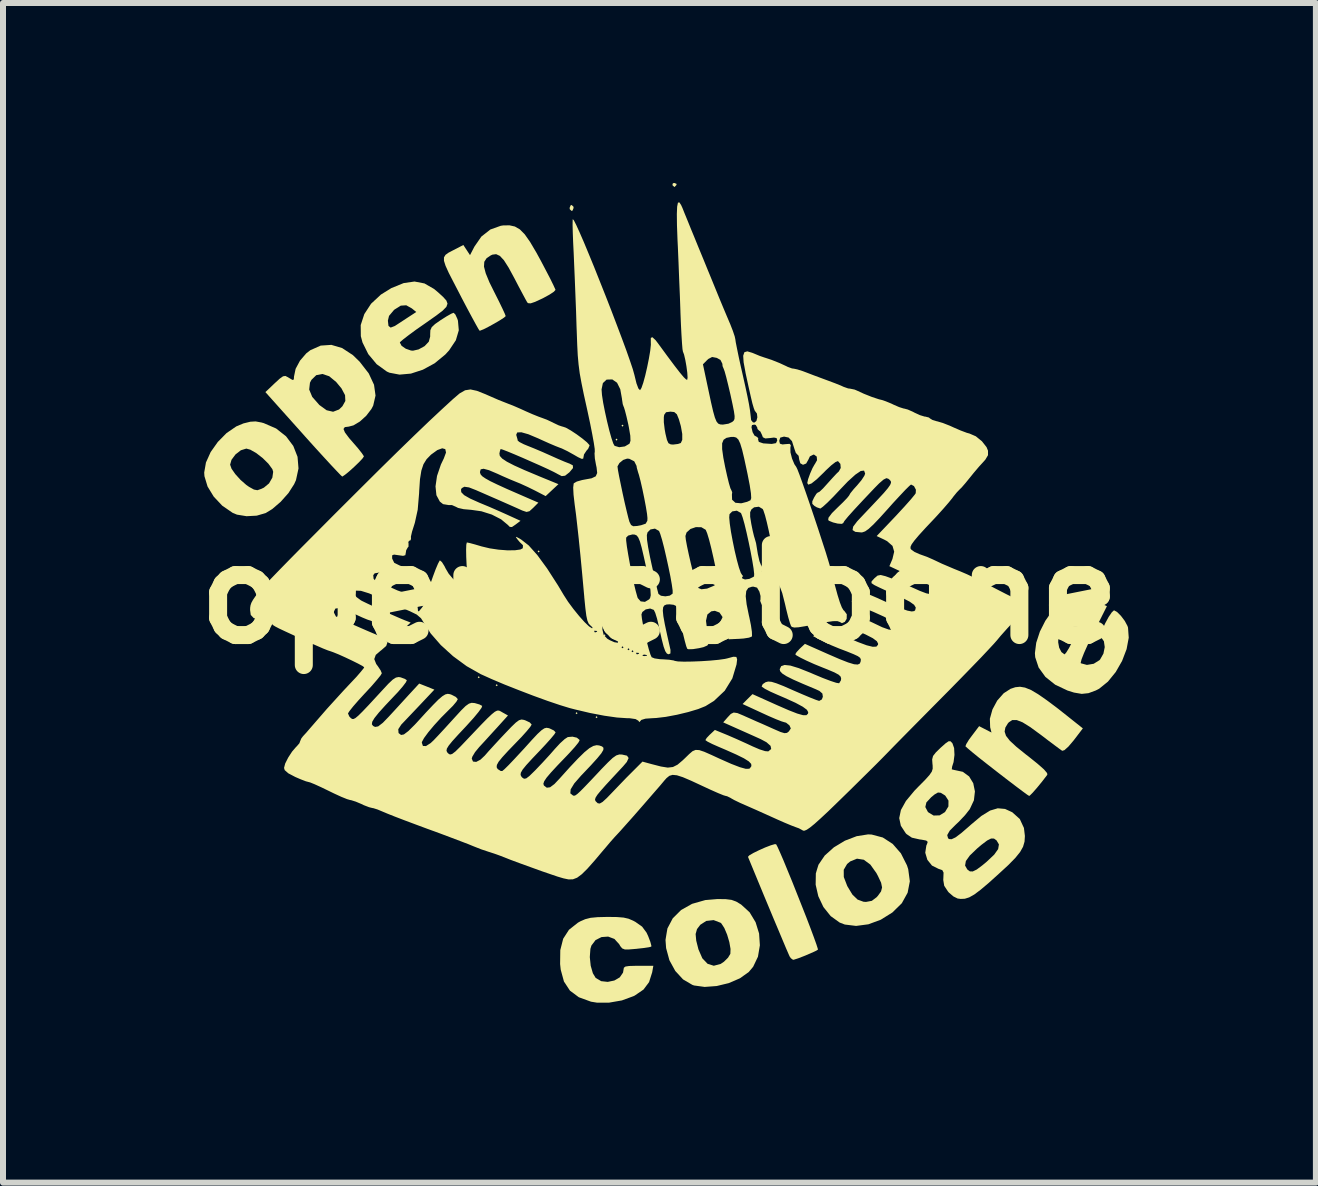
<source format=kicad_pcb>
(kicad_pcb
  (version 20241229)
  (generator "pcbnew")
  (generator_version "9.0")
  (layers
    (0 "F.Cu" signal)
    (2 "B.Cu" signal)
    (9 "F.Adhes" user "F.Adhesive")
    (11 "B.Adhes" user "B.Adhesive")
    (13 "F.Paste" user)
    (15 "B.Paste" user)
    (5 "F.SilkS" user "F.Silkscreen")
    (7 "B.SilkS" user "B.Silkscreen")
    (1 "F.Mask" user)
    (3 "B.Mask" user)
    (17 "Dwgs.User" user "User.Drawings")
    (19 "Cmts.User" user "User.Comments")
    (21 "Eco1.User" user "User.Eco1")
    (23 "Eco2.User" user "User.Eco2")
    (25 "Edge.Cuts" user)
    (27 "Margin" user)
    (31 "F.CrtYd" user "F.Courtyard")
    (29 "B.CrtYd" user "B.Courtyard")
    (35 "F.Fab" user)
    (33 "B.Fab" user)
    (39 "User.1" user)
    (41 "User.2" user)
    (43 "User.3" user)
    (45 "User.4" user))
  (footprint "open_cologne"
    (layer "F.Cu")
    (at 7.943 6.858)
    (property "Reference" "open_cologne" (at 0 0 0) (layer "F.SilkS") (effects (font (size 1.5 1.5) (thickness 0.3))))
    (attr board_only exclude_from_pos_files exclude_from_bom)
    (fp_poly (pts (xy -4.128 -0.05) (xy -4.145 -0.033) (xy -4.161 -0.05) (xy -4.145 -0.067)) (stroke (width 0) (type solid)) (fill yes) (layer "F.SilkS"))
    (fp_poly (pts (xy -2.996 1.382) (xy -3.013 1.398) (xy -3.029 1.382) (xy -3.013 1.365)) (stroke (width 0) (type solid)) (fill yes) (layer "F.SilkS"))
    (fp_poly (pts (xy -2.696 1.515) (xy -2.713 1.531) (xy -2.73 1.515) (xy -2.713 1.498)) (stroke (width 0) (type solid)) (fill yes) (layer "F.SilkS"))
    (fp_poly (pts (xy -1.997 -0.716) (xy -2.014 -0.699) (xy -2.031 -0.716) (xy -2.014 -0.732)) (stroke (width 0) (type solid)) (fill yes) (layer "F.SilkS"))
    (fp_poly (pts (xy -1.365 1.981) (xy -1.382 1.997) (xy -1.398 1.981) (xy -1.382 1.964)) (stroke (width 0) (type solid)) (fill yes) (layer "F.SilkS"))
    (fp_poly (pts (xy -1.032 2.047) (xy -1.049 2.064) (xy -1.065 2.047) (xy -1.049 2.031)) (stroke (width 0) (type solid)) (fill yes) (layer "F.SilkS"))
    (fp_poly (pts (xy -0.899 0.682) (xy -0.915 0.699) (xy -0.932 0.682) (xy -0.915 0.666)) (stroke (width 0) (type solid)) (fill yes) (layer "F.SilkS"))
    (fp_poly (pts (xy -0.699 -2.58) (xy -0.716 -2.563) (xy -0.732 -2.58) (xy -0.716 -2.597)) (stroke (width 0) (type solid)) (fill yes) (layer "F.SilkS"))
    (fp_poly (pts (xy -0.599 -2.813) (xy -0.616 -2.796) (xy -0.633 -2.813) (xy -0.616 -2.83)) (stroke (width 0) (type solid)) (fill yes) (layer "F.SilkS"))
    (fp_poly (pts (xy 0.965 -0.216) (xy 0.949 -0.2) (xy 0.932 -0.216) (xy 0.949 -0.233)) (stroke (width 0) (type solid)) (fill yes) (layer "F.SilkS"))
    (fp_poly (pts (xy -1.435 -6.465) (xy -1.431 -6.442) (xy -1.449 -6.397) (xy -1.465 -6.392) (xy -1.494 -6.419) (xy -1.498 -6.442) (xy -1.48 -6.486) (xy -1.465 -6.491)) (stroke (width 0) (type solid)) (fill yes) (layer "F.SilkS"))
    (fp_poly (pts (xy 0.286 -6.842) (xy 0.283 -6.824) (xy 0.254 -6.793) (xy 0.25 -6.791) (xy 0.223 -6.814) (xy 0.216 -6.824) (xy 0.224 -6.853) (xy 0.25 -6.858)) (stroke (width 0) (type solid)) (fill yes) (layer "F.SilkS"))
    (fp_poly (pts (xy 1.945 4.166) (xy 1.968 4.209) (xy 2.01 4.302) (xy 2.068 4.436) (xy 2.136 4.602) (xy 2.213 4.789) (xy 2.292 4.988) (xy 2.372 5.19) (xy 2.449 5.385) (xy 2.517 5.563) (xy 2.574 5.716) (xy 2.616 5.833) (xy 2.639 5.905) (xy 2.642 5.923) (xy 2.596 5.949) (xy 2.511 5.987) (xy 2.409 6.03) (xy 2.313 6.067) (xy 2.244 6.089) (xy 2.227 6.092) (xy 2.191 6.066) (xy 2.169 6.034) (xy 2.151 5.993) (xy 2.111 5.901) (xy 2.055 5.768) (xy 1.986 5.603) (xy 1.907 5.416) (xy 1.825 5.219) (xy 1.742 5.02) (xy 1.663 4.829) (xy 1.592 4.657) (xy 1.533 4.514) (xy 1.49 4.41) (xy 1.476 4.375) (xy 1.499 4.35) (xy 1.566 4.311) (xy 1.66 4.265) (xy 1.763 4.219) (xy 1.857 4.183) (xy 1.923 4.164)) (stroke (width 0) (type solid)) (fill yes) (layer "F.SilkS"))
    (fp_poly (pts (xy 3.538 4.004) (xy 3.723 4.053) (xy 3.888 4.16) (xy 4.025 4.317) (xy 4.126 4.517) (xy 4.147 4.582) (xy 4.174 4.783) (xy 4.137 4.974) (xy 4.04 5.149) (xy 3.883 5.303) (xy 3.689 5.424) (xy 3.483 5.5) (xy 3.278 5.527) (xy 3.09 5.504) (xy 3.004 5.471) (xy 2.854 5.363) (xy 2.733 5.212) (xy 2.648 5.032) (xy 2.604 4.84) (xy 2.607 4.652) (xy 2.625 4.591) (xy 3.072 4.591) (xy 3.073 4.712) (xy 3.131 4.863) (xy 3.216 5.004) (xy 3.303 5.088) (xy 3.401 5.124) (xy 3.443 5.127) (xy 3.54 5.109) (xy 3.621 5.048) (xy 3.643 5.023) (xy 3.694 4.952) (xy 3.711 4.886) (xy 3.695 4.807) (xy 3.643 4.696) (xy 3.617 4.647) (xy 3.516 4.505) (xy 3.407 4.424) (xy 3.293 4.406) (xy 3.18 4.452) (xy 3.128 4.495) (xy 3.072 4.591) (xy 2.625 4.591) (xy 2.651 4.507) (xy 2.755 4.354) (xy 2.908 4.217) (xy 3.092 4.106) (xy 3.288 4.031) (xy 3.479 4.001)) (stroke (width 0) (type solid)) (fill yes) (layer "F.SilkS"))
    (fp_poly (pts (xy 1.106 5.081) (xy 1.202 5.093) (xy 1.279 5.121) (xy 1.362 5.171) (xy 1.503 5.3) (xy 1.603 5.466) (xy 1.661 5.654) (xy 1.674 5.85) (xy 1.642 6.04) (xy 1.562 6.208) (xy 1.489 6.295) (xy 1.342 6.4) (xy 1.157 6.48) (xy 0.954 6.529) (xy 0.754 6.544) (xy 0.578 6.52) (xy 0.549 6.51) (xy 0.394 6.419) (xy 0.264 6.278) (xy 0.166 6.099) (xy 0.111 5.897) (xy 0.101 5.761) (xy 0.117 5.662) (xy 0.603 5.662) (xy 0.613 5.772) (xy 0.65 5.918) (xy 0.715 6.067) (xy 0.803 6.159) (xy 0.906 6.191) (xy 1.02 6.161) (xy 1.075 6.124) (xy 1.143 6.057) (xy 1.182 5.992) (xy 1.185 5.911) (xy 1.165 5.797) (xy 1.128 5.672) (xy 1.081 5.561) (xy 1.032 5.486) (xy 1.02 5.475) (xy 0.903 5.43) (xy 0.78 5.444) (xy 0.681 5.508) (xy 0.626 5.58) (xy 0.603 5.662) (xy 0.117 5.662) (xy 0.133 5.569) (xy 0.222 5.4) (xy 0.361 5.262) (xy 0.544 5.159) (xy 0.765 5.096) (xy 0.968 5.079)) (stroke (width 0) (type solid)) (fill yes) (layer "F.SilkS"))
    (fp_poly (pts (xy -6.634 -2.865) (xy -6.595 -2.854) (xy -6.39 -2.765) (xy -6.225 -2.635) (xy -6.104 -2.474) (xy -6.033 -2.293) (xy -6.017 -2.099) (xy -6.059 -1.904) (xy -6.09 -1.836) (xy -6.185 -1.688) (xy -6.314 -1.543) (xy -6.455 -1.422) (xy -6.563 -1.356) (xy -6.713 -1.312) (xy -6.883 -1.303) (xy -7.043 -1.329) (xy -7.115 -1.359) (xy -7.288 -1.478) (xy -7.43 -1.629) (xy -7.533 -1.798) (xy -7.585 -1.97) (xy -7.589 -2.031) (xy -7.566 -2.162) (xy -7.157 -2.162) (xy -7.133 -2.094) (xy -7.07 -2.004) (xy -6.983 -1.908) (xy -6.887 -1.824) (xy -6.841 -1.792) (xy -6.76 -1.747) (xy -6.702 -1.736) (xy -6.638 -1.758) (xy -6.594 -1.779) (xy -6.508 -1.85) (xy -6.453 -1.946) (xy -6.439 -2.043) (xy -6.453 -2.088) (xy -6.519 -2.178) (xy -6.614 -2.272) (xy -6.721 -2.355) (xy -6.821 -2.412) (xy -6.887 -2.43) (xy -6.978 -2.402) (xy -7.067 -2.333) (xy -7.134 -2.243) (xy -7.157 -2.162) (xy -7.566 -2.162) (xy -7.56 -2.198) (xy -7.481 -2.373) (xy -7.362 -2.541) (xy -7.216 -2.689) (xy -7.054 -2.8) (xy -6.934 -2.85) (xy -6.819 -2.878) (xy -6.731 -2.883)) (stroke (width 0) (type solid)) (fill yes) (layer "F.SilkS"))
    (fp_poly (pts (xy 6.094 1.554) (xy 6.193 1.594) (xy 6.312 1.664) (xy 6.46 1.767) (xy 6.645 1.906) (xy 6.833 2.055) (xy 7.058 2.234) (xy 6.906 2.433) (xy 6.818 2.537) (xy 6.751 2.597) (xy 6.714 2.608) (xy 6.673 2.579) (xy 6.592 2.519) (xy 6.481 2.436) (xy 6.353 2.338) (xy 6.351 2.337) (xy 6.182 2.213) (xy 6.053 2.133) (xy 5.955 2.095) (xy 5.882 2.095) (xy 5.825 2.132) (xy 5.808 2.151) (xy 5.766 2.221) (xy 5.754 2.288) (xy 5.777 2.358) (xy 5.841 2.44) (xy 5.95 2.541) (xy 6.11 2.67) (xy 6.148 2.699) (xy 6.306 2.826) (xy 6.41 2.918) (xy 6.462 2.979) (xy 6.466 3.007) (xy 6.379 3.12) (xy 6.294 3.224) (xy 6.223 3.305) (xy 6.175 3.353) (xy 6.163 3.36) (xy 6.131 3.34) (xy 6.056 3.285) (xy 5.944 3.201) (xy 5.806 3.096) (xy 5.648 2.974) (xy 5.626 2.957) (xy 5.467 2.833) (xy 5.326 2.722) (xy 5.213 2.63) (xy 5.136 2.565) (xy 5.102 2.534) (xy 5.101 2.532) (xy 5.115 2.495) (xy 5.159 2.423) (xy 5.211 2.353) (xy 5.329 2.197) (xy 5.432 2.25) (xy 5.535 2.303) (xy 5.513 2.216) (xy 5.508 2.074) (xy 5.551 1.919) (xy 5.631 1.77) (xy 5.739 1.648) (xy 5.852 1.575) (xy 5.932 1.548) (xy 6.01 1.54)) (stroke (width 0) (type solid)) (fill yes) (layer "F.SilkS"))
    (fp_poly (pts (xy -0.709 5.379) (xy -0.598 5.388) (xy -0.515 5.407) (xy -0.438 5.44) (xy -0.401 5.46) (xy -0.289 5.539) (xy -0.215 5.639) (xy -0.187 5.7) (xy -0.152 5.792) (xy -0.135 5.856) (xy -0.136 5.872) (xy -0.173 5.882) (xy -0.259 5.895) (xy -0.376 5.908) (xy -0.383 5.909) (xy -0.505 5.919) (xy -0.578 5.919) (xy -0.621 5.902) (xy -0.652 5.865) (xy -0.671 5.832) (xy -0.751 5.744) (xy -0.855 5.705) (xy -0.966 5.713) (xy -1.065 5.763) (xy -1.134 5.854) (xy -1.151 5.909) (xy -1.161 6.047) (xy -1.146 6.191) (xy -1.11 6.316) (xy -1.063 6.394) (xy -0.971 6.448) (xy -0.862 6.46) (xy -0.752 6.437) (xy -0.661 6.384) (xy -0.607 6.305) (xy -0.599 6.258) (xy -0.593 6.224) (xy -0.566 6.204) (xy -0.505 6.195) (xy -0.394 6.192) (xy -0.35 6.192) (xy -0.102 6.192) (xy -0.121 6.3) (xy -0.173 6.464) (xy -0.266 6.588) (xy -0.412 6.688) (xy -0.433 6.698) (xy -0.626 6.769) (xy -0.839 6.806) (xy -1.043 6.806) (xy -1.141 6.79) (xy -1.344 6.716) (xy -1.492 6.606) (xy -1.592 6.454) (xy -1.646 6.256) (xy -1.656 6.163) (xy -1.653 5.93) (xy -1.605 5.741) (xy -1.508 5.591) (xy -1.359 5.473) (xy -1.32 5.451) (xy -1.238 5.415) (xy -1.148 5.392) (xy -1.031 5.381) (xy -0.867 5.377) (xy -0.866 5.377)) (stroke (width 0) (type solid)) (fill yes) (layer "F.SilkS"))
    (fp_poly (pts (xy -5.29 -4.106) (xy -5.11 -3.988) (xy -4.998 -3.879) (xy -4.846 -3.683) (xy -4.758 -3.494) (xy -4.733 -3.314) (xy -4.772 -3.146) (xy -4.802 -3.089) (xy -4.888 -2.977) (xy -4.994 -2.881) (xy -5.101 -2.817) (xy -5.181 -2.796) (xy -5.245 -2.788) (xy -5.267 -2.757) (xy -5.243 -2.699) (xy -5.173 -2.605) (xy -5.11 -2.533) (xy -5.025 -2.435) (xy -4.961 -2.354) (xy -4.929 -2.305) (xy -4.927 -2.299) (xy -4.95 -2.265) (xy -5.009 -2.202) (xy -5.087 -2.127) (xy -5.17 -2.052) (xy -5.241 -1.994) (xy -5.284 -1.965) (xy -5.288 -1.964) (xy -5.315 -1.988) (xy -5.38 -2.056) (xy -5.478 -2.16) (xy -5.603 -2.296) (xy -5.749 -2.456) (xy -5.91 -2.635) (xy -5.939 -2.668) (xy -6.569 -3.372) (xy -6.524 -3.414) (xy -5.839 -3.414) (xy -5.788 -3.292) (xy -5.672 -3.16) (xy -5.671 -3.158) (xy -5.548 -3.069) (xy -5.44 -3.044) (xy -5.341 -3.082) (xy -5.285 -3.136) (xy -5.236 -3.224) (xy -5.241 -3.321) (xy -5.301 -3.434) (xy -5.389 -3.54) (xy -5.505 -3.636) (xy -5.619 -3.674) (xy -5.721 -3.654) (xy -5.801 -3.576) (xy -5.826 -3.528) (xy -5.839 -3.414) (xy -6.524 -3.414) (xy -6.415 -3.518) (xy -6.33 -3.596) (xy -6.275 -3.635) (xy -6.235 -3.641) (xy -6.192 -3.619) (xy -6.176 -3.609) (xy -6.117 -3.574) (xy -6.095 -3.582) (xy -6.092 -3.631) (xy -6.065 -3.76) (xy -5.992 -3.896) (xy -5.888 -4.017) (xy -5.82 -4.07) (xy -5.647 -4.147) (xy -5.469 -4.159)) (stroke (width 0) (type solid)) (fill yes) (layer "F.SilkS"))
    (fp_poly (pts (xy -2.41 -6.132) (xy -2.327 -6.084) (xy -2.245 -6.001) (xy -2.156 -5.874) (xy -2.052 -5.698) (xy -1.976 -5.559) (xy -1.893 -5.401) (xy -1.821 -5.263) (xy -1.768 -5.155) (xy -1.738 -5.089) (xy -1.733 -5.075) (xy -1.76 -5.045) (xy -1.832 -4.997) (xy -1.936 -4.94) (xy -1.952 -4.932) (xy -2.073 -4.876) (xy -2.147 -4.851) (xy -2.189 -4.854) (xy -2.203 -4.866) (xy -2.229 -4.912) (xy -2.278 -5.003) (xy -2.344 -5.127) (xy -2.419 -5.271) (xy -2.515 -5.448) (xy -2.593 -5.57) (xy -2.66 -5.642) (xy -2.722 -5.671) (xy -2.785 -5.663) (xy -2.813 -5.65) (xy -2.882 -5.603) (xy -2.92 -5.544) (xy -2.925 -5.463) (xy -2.896 -5.352) (xy -2.834 -5.201) (xy -2.746 -5.024) (xy -2.675 -4.883) (xy -2.617 -4.763) (xy -2.578 -4.678) (xy -2.563 -4.638) (xy -2.563 -4.638) (xy -2.59 -4.614) (xy -2.659 -4.569) (xy -2.751 -4.515) (xy -2.849 -4.461) (xy -2.934 -4.418) (xy -2.99 -4.396) (xy -2.997 -4.394) (xy -3.017 -4.423) (xy -3.061 -4.501) (xy -3.127 -4.622) (xy -3.209 -4.775) (xy -3.302 -4.952) (xy -3.326 -4.999) (xy -3.434 -5.207) (xy -3.514 -5.363) (xy -3.566 -5.478) (xy -3.592 -5.56) (xy -3.592 -5.618) (xy -3.566 -5.66) (xy -3.516 -5.696) (xy -3.443 -5.734) (xy -3.39 -5.761) (xy -3.269 -5.824) (xy -3.213 -5.739) (xy -3.158 -5.655) (xy -3.085 -5.796) (xy -2.969 -5.964) (xy -2.819 -6.082) (xy -2.646 -6.144) (xy -2.606 -6.15) (xy -2.5 -6.152)) (stroke (width 0) (type solid)) (fill yes) (layer "F.SilkS"))
    (fp_poly (pts (xy -3.917 -5.183) (xy -3.757 -5.091) (xy -3.689 -5.034) (xy -3.605 -4.957) (xy -3.552 -4.898) (xy -3.533 -4.846) (xy -3.552 -4.793) (xy -3.613 -4.73) (xy -3.719 -4.649) (xy -3.875 -4.539) (xy -3.912 -4.513) (xy -4.057 -4.412) (xy -4.179 -4.322) (xy -4.27 -4.252) (xy -4.321 -4.208) (xy -4.328 -4.198) (xy -4.299 -4.144) (xy -4.229 -4.095) (xy -4.143 -4.065) (xy -4.109 -4.062) (xy -4.016 -4.083) (xy -3.922 -4.134) (xy -3.914 -4.139) (xy -3.845 -4.212) (xy -3.822 -4.297) (xy -3.822 -4.335) (xy -3.819 -4.403) (xy -3.796 -4.454) (xy -3.741 -4.506) (xy -3.645 -4.573) (xy -3.547 -4.635) (xy -3.469 -4.679) (xy -3.431 -4.694) (xy -3.402 -4.665) (xy -3.369 -4.593) (xy -3.359 -4.562) (xy -3.345 -4.402) (xy -3.394 -4.236) (xy -3.506 -4.068) (xy -3.571 -3.997) (xy -3.749 -3.851) (xy -3.944 -3.745) (xy -4.143 -3.68) (xy -4.333 -3.663) (xy -4.501 -3.695) (xy -4.544 -3.714) (xy -4.714 -3.837) (xy -4.854 -4.005) (xy -4.95 -4.199) (xy -4.978 -4.304) (xy -4.98 -4.489) (xy -4.956 -4.563) (xy -4.527 -4.563) (xy -4.517 -4.475) (xy -4.481 -4.447) (xy -4.413 -4.473) (xy -4.397 -4.483) (xy -4.314 -4.537) (xy -4.212 -4.604) (xy -4.183 -4.623) (xy -4.054 -4.707) (xy -4.128 -4.767) (xy -4.221 -4.819) (xy -4.312 -4.813) (xy -4.416 -4.748) (xy -4.425 -4.741) (xy -4.508 -4.642) (xy -4.527 -4.563) (xy -4.956 -4.563) (xy -4.92 -4.672) (xy -4.807 -4.845) (xy -4.644 -4.997) (xy -4.47 -5.105) (xy -4.264 -5.189) (xy -4.083 -5.215)) (stroke (width 0) (type solid)) (fill yes) (layer "F.SilkS"))
    (fp_poly (pts (xy 7.259 0.11) (xy 7.316 0.133) (xy 7.459 0.197) (xy 7.225 0.663) (xy 7.142 0.834) (xy 7.078 0.977) (xy 7.037 1.081) (xy 7.022 1.14) (xy 7.025 1.149) (xy 7.126 1.176) (xy 7.239 1.157) (xy 7.335 1.097) (xy 7.346 1.085) (xy 7.401 0.988) (xy 7.423 0.879) (xy 7.409 0.782) (xy 7.375 0.734) (xy 7.354 0.705) (xy 7.355 0.66) (xy 7.382 0.586) (xy 7.432 0.48) (xy 7.489 0.375) (xy 7.541 0.299) (xy 7.576 0.267) (xy 7.578 0.266) (xy 7.628 0.293) (xy 7.693 0.358) (xy 7.757 0.443) (xy 7.802 0.527) (xy 7.811 0.554) (xy 7.823 0.723) (xy 7.787 0.914) (xy 7.712 1.11) (xy 7.606 1.295) (xy 7.476 1.455) (xy 7.33 1.573) (xy 7.274 1.602) (xy 7.152 1.647) (xy 7.039 1.659) (xy 6.91 1.637) (xy 6.802 1.603) (xy 6.597 1.506) (xy 6.434 1.376) (xy 6.321 1.22) (xy 6.264 1.048) (xy 6.259 0.98) (xy 6.281 0.806) (xy 6.283 0.8) (xy 6.647 0.8) (xy 6.663 0.888) (xy 6.701 0.962) (xy 6.749 0.998) (xy 6.755 0.999) (xy 6.78 0.971) (xy 6.825 0.899) (xy 6.879 0.796) (xy 6.885 0.785) (xy 6.937 0.678) (xy 6.975 0.595) (xy 6.991 0.553) (xy 6.991 0.552) (xy 6.962 0.539) (xy 6.89 0.533) (xy 6.875 0.533) (xy 6.764 0.562) (xy 6.685 0.643) (xy 6.648 0.765) (xy 6.647 0.8) (xy 6.283 0.8) (xy 6.342 0.62) (xy 6.433 0.44) (xy 6.544 0.282) (xy 6.667 0.164) (xy 6.735 0.122) (xy 6.895 0.077) (xy 7.078 0.073)) (stroke (width 0) (type solid)) (fill yes) (layer "F.SilkS"))
    (fp_poly (pts (xy 4.88 2.478) (xy 4.884 2.483) (xy 4.912 2.562) (xy 4.918 2.676) (xy 4.903 2.796) (xy 4.879 2.871) (xy 4.873 2.917) (xy 4.92 2.929) (xy 4.922 2.929) (xy 5.057 2.958) (xy 5.162 3.035) (xy 5.231 3.148) (xy 5.259 3.285) (xy 5.242 3.433) (xy 5.174 3.579) (xy 5.172 3.582) (xy 5.094 3.681) (xy 4.993 3.788) (xy 4.939 3.839) (xy 4.839 3.939) (xy 4.797 4.013) (xy 4.811 4.065) (xy 4.828 4.079) (xy 4.87 4.082) (xy 4.936 4.051) (xy 5.032 3.979) (xy 5.165 3.864) (xy 5.195 3.837) (xy 5.366 3.694) (xy 5.512 3.604) (xy 5.64 3.566) (xy 5.761 3.577) (xy 5.881 3.632) (xy 6.007 3.745) (xy 6.076 3.894) (xy 6.092 4.028) (xy 6.086 4.122) (xy 6.061 4.208) (xy 6.012 4.295) (xy 5.932 4.394) (xy 5.813 4.515) (xy 5.663 4.653) (xy 5.489 4.81) (xy 5.354 4.924) (xy 5.249 5.003) (xy 5.164 5.051) (xy 5.091 5.074) (xy 5.022 5.077) (xy 4.97 5.07) (xy 4.901 5.036) (xy 4.824 4.97) (xy 4.809 4.952) (xy 4.747 4.858) (xy 4.731 4.761) (xy 4.733 4.722) (xy 4.736 4.638) (xy 4.715 4.597) (xy 4.657 4.577) (xy 4.653 4.576) (xy 4.543 4.521) (xy 5.095 4.521) (xy 5.132 4.586) (xy 5.133 4.587) (xy 5.175 4.618) (xy 5.223 4.619) (xy 5.289 4.587) (xy 5.384 4.516) (xy 5.456 4.456) (xy 5.58 4.339) (xy 5.646 4.246) (xy 5.659 4.168) (xy 5.619 4.101) (xy 5.577 4.071) (xy 5.528 4.07) (xy 5.463 4.103) (xy 5.368 4.175) (xy 5.296 4.236) (xy 5.174 4.353) (xy 5.108 4.445) (xy 5.095 4.521) (xy 4.543 4.521) (xy 4.543 4.521) (xy 4.466 4.425) (xy 4.431 4.307) (xy 4.449 4.187) (xy 4.46 4.163) (xy 4.472 4.126) (xy 4.447 4.104) (xy 4.374 4.09) (xy 4.336 4.085) (xy 4.208 4.056) (xy 4.119 3.996) (xy 4.104 3.98) (xy 4.024 3.857) (xy 3.997 3.73) (xy 4.025 3.595) (xy 4.053 3.545) (xy 4.432 3.545) (xy 4.474 3.625) (xy 4.483 3.634) (xy 4.57 3.687) (xy 4.671 3.684) (xy 4.76 3.629) (xy 4.817 3.535) (xy 4.818 3.438) (xy 4.765 3.356) (xy 4.753 3.347) (xy 4.69 3.308) (xy 4.643 3.303) (xy 4.587 3.335) (xy 4.53 3.382) (xy 4.45 3.468) (xy 4.432 3.545) (xy 4.053 3.545) (xy 4.109 3.444) (xy 4.251 3.273) (xy 4.317 3.205) (xy 4.428 3.093) (xy 4.5 3.013) (xy 4.54 2.955) (xy 4.555 2.906) (xy 4.554 2.852) (xy 4.551 2.826) (xy 4.546 2.752) (xy 4.561 2.694) (xy 4.608 2.634) (xy 4.685 2.559) (xy 4.769 2.484) (xy 4.82 2.449) (xy 4.852 2.449)) (stroke (width 0) (type solid)) (fill yes) (layer "F.SilkS"))
    (fp_poly (pts (xy 0.36 -6.492) (xy 0.383 -6.442) (xy 0.418 -6.354) (xy 0.471 -6.225) (xy 0.532 -6.074) (xy 0.573 -5.975) (xy 0.648 -5.791) (xy 0.733 -5.585) (xy 0.812 -5.391) (xy 0.839 -5.326) (xy 0.929 -5.106) (xy 1 -4.932) (xy 1.06 -4.788) (xy 1.115 -4.657) (xy 1.171 -4.525) (xy 1.179 -4.507) (xy 1.223 -4.394) (xy 1.254 -4.302) (xy 1.265 -4.252) (xy 1.272 -4.203) (xy 1.292 -4.102) (xy 1.321 -3.96) (xy 1.358 -3.791) (xy 1.385 -3.673) (xy 1.433 -3.459) (xy 1.468 -3.295) (xy 1.493 -3.168) (xy 1.51 -3.064) (xy 1.521 -2.97) (xy 1.528 -2.905) (xy 1.558 -2.868) (xy 1.581 -2.863) (xy 1.616 -2.89) (xy 1.632 -2.951) (xy 1.625 -3.014) (xy 1.604 -3.042) (xy 1.589 -3.061) (xy 1.572 -3.106) (xy 1.549 -3.184) (xy 1.521 -3.303) (xy 1.483 -3.472) (xy 1.434 -3.698) (xy 1.434 -3.702) (xy 1.403 -3.869) (xy 1.396 -3.978) (xy 1.416 -4.037) (xy 1.465 -4.051) (xy 1.546 -4.027) (xy 1.571 -4.017) (xy 1.672 -3.975) (xy 1.762 -3.944) (xy 1.764 -3.944) (xy 1.872 -3.908) (xy 2.002 -3.856) (xy 2.119 -3.802) (xy 2.138 -3.792) (xy 2.21 -3.766) (xy 2.242 -3.762) (xy 2.298 -3.75) (xy 2.39 -3.721) (xy 2.451 -3.698) (xy 2.576 -3.65) (xy 2.724 -3.595) (xy 2.813 -3.562) (xy 2.928 -3.519) (xy 3.023 -3.481) (xy 3.071 -3.459) (xy 3.145 -3.433) (xy 3.179 -3.429) (xy 3.252 -3.414) (xy 3.288 -3.399) (xy 3.408 -3.344) (xy 3.541 -3.291) (xy 3.659 -3.252) (xy 3.705 -3.241) (xy 3.771 -3.219) (xy 3.866 -3.18) (xy 3.903 -3.162) (xy 3.995 -3.122) (xy 4.067 -3.099) (xy 4.084 -3.096) (xy 4.14 -3.081) (xy 4.224 -3.044) (xy 4.252 -3.029) (xy 4.344 -2.987) (xy 4.419 -2.964) (xy 4.433 -2.963) (xy 4.492 -2.948) (xy 4.508 -2.934) (xy 4.55 -2.908) (xy 4.628 -2.884) (xy 4.632 -2.884) (xy 4.724 -2.857) (xy 4.841 -2.811) (xy 4.907 -2.781) (xy 5.02 -2.732) (xy 5.124 -2.693) (xy 5.168 -2.681) (xy 5.274 -2.635) (xy 5.376 -2.552) (xy 5.453 -2.454) (xy 5.477 -2.395) (xy 5.477 -2.32) (xy 5.433 -2.246) (xy 5.402 -2.211) (xy 5.328 -2.13) (xy 5.238 -2.024) (xy 5.176 -1.947) (xy 5.101 -1.855) (xy 5.037 -1.781) (xy 5.003 -1.748) (xy 4.957 -1.7) (xy 4.896 -1.625) (xy 4.882 -1.605) (xy 4.822 -1.531) (xy 4.732 -1.427) (xy 4.628 -1.312) (xy 4.59 -1.271) (xy 4.436 -1.108) (xy 4.324 -0.985) (xy 4.249 -0.896) (xy 4.204 -0.834) (xy 4.185 -0.792) (xy 4.186 -0.762) (xy 4.196 -0.748) (xy 4.251 -0.708) (xy 4.338 -0.669) (xy 4.355 -0.663) (xy 4.461 -0.625) (xy 4.554 -0.584) (xy 4.561 -0.581) (xy 4.709 -0.511) (xy 4.911 -0.425) (xy 5.02 -0.381) (xy 5.127 -0.335) (xy 5.26 -0.272) (xy 5.369 -0.217) (xy 5.491 -0.154) (xy 5.604 -0.095) (xy 5.676 -0.058) (xy 5.775 -0.007) (xy 5.886 0.048) (xy 5.898 0.053) (xy 6.008 0.134) (xy 6.056 0.242) (xy 6.058 0.272) (xy 6.037 0.306) (xy 5.981 0.372) (xy 5.901 0.456) (xy 5.901 0.457) (xy 5.796 0.57) (xy 5.689 0.69) (xy 5.626 0.766) (xy 5.574 0.825) (xy 5.482 0.924) (xy 5.357 1.057) (xy 5.203 1.216) (xy 5.029 1.395) (xy 4.841 1.587) (xy 4.72 1.709) (xy 4.527 1.904) (xy 4.344 2.089) (xy 4.177 2.258) (xy 4.034 2.403) (xy 3.92 2.519) (xy 3.843 2.598) (xy 3.816 2.626) (xy 3.725 2.719) (xy 3.616 2.829) (xy 3.477 2.967) (xy 3.412 3.031) (xy 3.17 3.27) (xy 2.971 3.464) (xy 2.81 3.62) (xy 2.682 3.739) (xy 2.584 3.827) (xy 2.51 3.887) (xy 2.457 3.923) (xy 2.42 3.939) (xy 2.395 3.939) (xy 2.384 3.932) (xy 2.325 3.9) (xy 2.264 3.878) (xy 2.194 3.851) (xy 2.086 3.806) (xy 1.961 3.751) (xy 1.948 3.745) (xy 1.793 3.675) (xy 1.617 3.596) (xy 1.465 3.529) (xy 1.344 3.476) (xy 1.247 3.429) (xy 1.19 3.397) (xy 1.183 3.392) (xy 1.125 3.364) (xy 1.111 3.362) (xy 1.067 3.349) (xy 0.976 3.312) (xy 0.852 3.257) (xy 0.716 3.194) (xy 0.529 3.107) (xy 0.391 3.048) (xy 0.291 3.016) (xy 0.219 3.009) (xy 0.165 3.025) (xy 0.118 3.063) (xy 0.084 3.101) (xy 0.006 3.194) (xy -0.096 3.311) (xy -0.212 3.445) (xy -0.334 3.585) (xy -0.453 3.721) (xy -0.562 3.843) (xy -0.65 3.942) (xy -0.71 4.007) (xy -0.73 4.028) (xy -0.759 4.06) (xy -0.82 4.129) (xy -0.9 4.224) (xy -0.932 4.261) (xy -1.083 4.44) (xy -1.201 4.573) (xy -1.294 4.665) (xy -1.372 4.723) (xy -1.442 4.75) (xy -1.515 4.752) (xy -1.6 4.734) (xy -1.698 4.705) (xy -1.813 4.666) (xy -1.967 4.613) (xy -2.141 4.55) (xy -2.318 4.486) (xy -2.477 4.427) (xy -2.602 4.378) (xy -2.647 4.36) (xy -2.721 4.333) (xy -2.823 4.299) (xy -2.846 4.292) (xy -2.969 4.251) (xy -3.096 4.201) (xy -3.113 4.194) (xy -3.186 4.164) (xy -3.309 4.117) (xy -3.47 4.056) (xy -3.656 3.986) (xy -3.856 3.913) (xy -3.862 3.911) (xy -4.061 3.837) (xy -4.248 3.767) (xy -4.41 3.705) (xy -4.533 3.656) (xy -4.607 3.625) (xy -4.609 3.624) (xy -4.7 3.586) (xy -4.77 3.564) (xy -4.785 3.562) (xy -4.841 3.548) (xy -4.929 3.514) (xy -4.968 3.495) (xy -5.063 3.455) (xy -5.139 3.431) (xy -5.158 3.428) (xy -5.209 3.413) (xy -5.303 3.375) (xy -5.425 3.319) (xy -5.509 3.278) (xy -5.639 3.215) (xy -5.749 3.165) (xy -5.823 3.135) (xy -5.846 3.129) (xy -5.895 3.116) (xy -5.983 3.082) (xy -6.071 3.044) (xy -6.187 2.983) (xy -6.247 2.93) (xy -6.258 2.893) (xy -6.239 2.82) (xy -6.189 2.721) (xy -6.124 2.621) (xy -6.057 2.543) (xy -6.047 2.534) (xy -6.002 2.482) (xy -5.992 2.454) (xy -5.971 2.403) (xy -5.943 2.366) (xy -5.886 2.304) (xy -5.819 2.226) (xy -5.818 2.225) (xy -5.541 1.906) (xy -5.27 1.608) (xy -5.148 1.478) (xy -5.051 1.375) (xy -4.976 1.288) (xy -4.93 1.231) (xy -4.922 1.215) (xy -4.95 1.194) (xy -5.024 1.154) (xy -5.125 1.104) (xy -5.239 1.05) (xy -5.348 1.001) (xy -5.437 0.965) (xy -5.476 0.951) (xy -5.528 0.934) (xy -5.606 0.903) (xy -5.723 0.852) (xy -5.889 0.777) (xy -5.892 0.776) (xy -6.092 0.685) (xy -6.239 0.617) (xy -6.341 0.569) (xy -6.406 0.535) (xy -6.442 0.512) (xy -6.456 0.497) (xy -6.458 0.49) (xy -6.479 0.478) (xy -6.495 0.485) (xy -6.543 0.483) (xy -6.556 0.469) (xy -6.606 0.435) (xy -6.662 0.421) (xy -6.763 0.396) (xy -6.813 0.343) (xy -6.818 0.305) (xy -5.426 0.305) (xy -5.394 0.367) (xy -5.301 0.421) (xy -5.195 0.466) (xy -5.067 0.522) (xy -5.01 0.547) (xy -4.877 0.605) (xy -4.736 0.665) (xy -4.686 0.685) (xy -4.577 0.741) (xy -4.533 0.798) (xy -4.555 0.86) (xy -4.64 0.934) (xy -4.644 0.936) (xy -4.729 1.009) (xy -4.754 1.079) (xy -4.722 1.16) (xy -4.694 1.198) (xy -4.648 1.267) (xy -4.628 1.315) (xy -4.628 1.315) (xy -4.649 1.351) (xy -4.708 1.424) (xy -4.795 1.525) (xy -4.902 1.641) (xy -4.909 1.648) (xy -5.017 1.766) (xy -5.106 1.868) (xy -5.167 1.945) (xy -5.192 1.984) (xy -5.192 1.985) (xy -5.17 2.036) (xy -5.144 2.063) (xy -5.123 2.077) (xy -5.1 2.078) (xy -5.068 2.062) (xy -5.02 2.022) (xy -4.95 1.953) (xy -4.851 1.849) (xy -4.718 1.705) (xy -4.623 1.602) (xy -4.519 1.49) (xy -4.446 1.421) (xy -4.393 1.387) (xy -4.348 1.378) (xy -4.315 1.383) (xy -4.244 1.409) (xy -4.211 1.431) (xy -4.226 1.465) (xy -4.278 1.534) (xy -4.358 1.627) (xy -4.414 1.686) (xy -4.568 1.849) (xy -4.679 1.972) (xy -4.751 2.062) (xy -4.788 2.124) (xy -4.794 2.166) (xy -4.773 2.194) (xy -4.74 2.21) (xy -4.689 2.201) (xy -4.611 2.141) (xy -4.516 2.043) (xy -4.399 1.916) (xy -4.27 1.775) (xy -4.175 1.671) (xy -4.005 1.487) (xy -3.878 1.537) (xy -3.752 1.588) (xy -3.998 1.849) (xy -4.106 1.963) (xy -4.202 2.064) (xy -4.273 2.139) (xy -4.303 2.17) (xy -4.354 2.248) (xy -4.349 2.312) (xy -4.307 2.344) (xy -4.26 2.335) (xy -4.186 2.279) (xy -4.079 2.173) (xy -4.049 2.141) (xy -3.893 1.97) (xy -3.773 1.843) (xy -3.685 1.754) (xy -3.619 1.698) (xy -3.57 1.668) (xy -3.53 1.658) (xy -3.492 1.664) (xy -3.464 1.674) (xy -3.394 1.71) (xy -3.362 1.746) (xy -3.362 1.748) (xy -3.385 1.789) (xy -3.443 1.858) (xy -3.512 1.927) (xy -3.638 2.053) (xy -3.755 2.181) (xy -3.853 2.298) (xy -3.925 2.396) (xy -3.96 2.461) (xy -3.961 2.473) (xy -3.943 2.527) (xy -3.892 2.529) (xy -3.814 2.479) (xy -3.763 2.431) (xy -3.689 2.353) (xy -3.587 2.243) (xy -3.474 2.119) (xy -3.412 2.051) (xy -3.306 1.935) (xy -3.231 1.861) (xy -3.176 1.822) (xy -3.131 1.808) (xy -3.083 1.812) (xy -3.08 1.812) (xy -3.001 1.835) (xy -2.955 1.859) (xy -2.966 1.892) (xy -3.017 1.962) (xy -3.098 2.06) (xy -3.203 2.176) (xy -3.22 2.195) (xy -3.357 2.341) (xy -3.453 2.447) (xy -3.513 2.521) (xy -3.544 2.572) (xy -3.55 2.608) (xy -3.536 2.636) (xy -3.521 2.652) (xy -3.492 2.67) (xy -3.456 2.661) (xy -3.401 2.619) (xy -3.318 2.537) (xy -3.276 2.493) (xy -3.102 2.31) (xy -2.969 2.17) (xy -2.869 2.068) (xy -2.796 1.999) (xy -2.744 1.957) (xy -2.706 1.938) (xy -2.676 1.937) (xy -2.647 1.95) (xy -2.613 1.97) (xy -2.602 1.976) (xy -2.525 2.019) (xy -2.702 2.215) (xy -2.808 2.331) (xy -2.916 2.45) (xy -3.003 2.544) (xy -3.004 2.545) (xy -3.074 2.63) (xy -3.119 2.705) (xy -3.129 2.738) (xy -3.108 2.787) (xy -3.055 2.793) (xy -2.984 2.756) (xy -2.912 2.688) (xy -2.85 2.617) (xy -2.757 2.515) (xy -2.648 2.397) (xy -2.578 2.323) (xy -2.469 2.209) (xy -2.394 2.137) (xy -2.341 2.098) (xy -2.299 2.086) (xy -2.257 2.093) (xy -2.232 2.102) (xy -2.162 2.135) (xy -2.131 2.169) (xy -2.131 2.171) (xy -2.153 2.208) (xy -2.212 2.28) (xy -2.299 2.377) (xy -2.383 2.464) (xy -2.523 2.609) (xy -2.62 2.715) (xy -2.681 2.79) (xy -2.71 2.843) (xy -2.714 2.881) (xy -2.697 2.912) (xy -2.697 2.912) (xy -2.645 2.945) (xy -2.619 2.944) (xy -2.584 2.915) (xy -2.513 2.845) (xy -2.417 2.744) (xy -2.303 2.621) (xy -2.252 2.566) (xy -2.125 2.425) (xy -2.033 2.327) (xy -1.967 2.266) (xy -1.92 2.234) (xy -1.883 2.224) (xy -1.846 2.23) (xy -1.828 2.236) (xy -1.76 2.269) (xy -1.731 2.3) (xy -1.731 2.3) (xy -1.753 2.335) (xy -1.812 2.406) (xy -1.899 2.503) (xy -1.983 2.593) (xy -2.122 2.739) (xy -2.22 2.846) (xy -2.281 2.921) (xy -2.311 2.974) (xy -2.315 3.011) (xy -2.299 3.041) (xy -2.288 3.053) (xy -2.257 3.074) (xy -2.221 3.068) (xy -2.168 3.028) (xy -2.085 2.947) (xy -2.065 2.927) (xy -1.95 2.806) (xy -1.827 2.672) (xy -1.742 2.575) (xy -1.657 2.483) (xy -1.58 2.413) (xy -1.528 2.379) (xy -1.45 2.372) (xy -1.377 2.389) (xy -1.334 2.424) (xy -1.332 2.436) (xy -1.353 2.473) (xy -1.412 2.546) (xy -1.497 2.64) (xy -1.546 2.692) (xy -1.698 2.85) (xy -1.808 2.969) (xy -1.881 3.055) (xy -1.921 3.115) (xy -1.935 3.156) (xy -1.927 3.184) (xy -1.925 3.187) (xy -1.878 3.223) (xy -1.823 3.216) (xy -1.751 3.162) (xy -1.665 3.071) (xy -1.493 2.88) (xy -1.357 2.736) (xy -1.251 2.632) (xy -1.168 2.564) (xy -1.102 2.527) (xy -1.047 2.514) (xy -1.003 2.519) (xy -0.957 2.535) (xy -0.933 2.558) (xy -0.936 2.594) (xy -0.969 2.65) (xy -1.037 2.733) (xy -1.143 2.85) (xy -1.292 3.007) (xy -1.305 3.02) (xy -1.42 3.152) (xy -1.48 3.25) (xy -1.486 3.317) (xy -1.44 3.354) (xy -1.422 3.357) (xy -1.4 3.35) (xy -1.367 3.326) (xy -1.317 3.28) (xy -1.242 3.204) (xy -1.136 3.093) (xy -0.993 2.941) (xy -0.972 2.918) (xy -0.859 2.802) (xy -0.78 2.727) (xy -0.72 2.685) (xy -0.67 2.669) (xy -0.625 2.67) (xy -0.541 2.689) (xy -0.514 2.728) (xy -0.544 2.794) (xy -0.607 2.868) (xy -0.769 3.042) (xy -0.892 3.175) (xy -0.978 3.272) (xy -1.034 3.34) (xy -1.064 3.387) (xy -1.074 3.418) (xy -1.069 3.439) (xy -1.063 3.449) (xy -1.029 3.482) (xy -0.995 3.487) (xy -0.948 3.46) (xy -0.877 3.395) (xy -0.793 3.308) (xy -0.676 3.186) (xy -0.549 3.054) (xy -0.449 2.954) (xy -0.283 2.788) (xy -0.133 2.829) (xy 0.026 2.87) (xy 0.139 2.888) (xy 0.225 2.878) (xy 0.302 2.839) (xy 0.387 2.767) (xy 0.424 2.732) (xy 0.497 2.661) (xy 0.552 2.614) (xy 0.603 2.593) (xy 0.663 2.596) (xy 0.747 2.624) (xy 0.867 2.677) (xy 0.999 2.738) (xy 1.195 2.825) (xy 1.34 2.881) (xy 1.438 2.908) (xy 1.495 2.907) (xy 1.508 2.899) (xy 1.533 2.863) (xy 1.529 2.826) (xy 1.489 2.784) (xy 1.408 2.733) (xy 1.28 2.67) (xy 1.098 2.589) (xy 0.99 2.543) (xy 0.881 2.495) (xy 0.802 2.455) (xy 0.766 2.43) (xy 0.766 2.429) (xy 0.787 2.394) (xy 0.84 2.338) (xy 0.845 2.334) (xy 0.924 2.26) (xy 1.136 2.347) (xy 1.288 2.413) (xy 1.454 2.488) (xy 1.557 2.536) (xy 1.669 2.584) (xy 1.761 2.613) (xy 1.815 2.618) (xy 1.815 2.617) (xy 1.863 2.578) (xy 1.852 2.525) (xy 1.784 2.465) (xy 1.689 2.414) (xy 1.565 2.358) (xy 1.415 2.291) (xy 1.289 2.235) (xy 1.063 2.134) (xy 1.137 2.049) (xy 1.19 1.993) (xy 1.238 1.97) (xy 1.3 1.979) (xy 1.396 2.019) (xy 1.429 2.034) (xy 1.533 2.08) (xy 1.62 2.119) (xy 1.648 2.131) (xy 1.713 2.159) (xy 1.814 2.204) (xy 1.91 2.247) (xy 2.018 2.294) (xy 2.085 2.314) (xy 2.126 2.309) (xy 2.157 2.285) (xy 2.19 2.235) (xy 2.168 2.186) (xy 2.165 2.182) (xy 2.111 2.139) (xy 2.081 2.131) (xy 2.035 2.117) (xy 1.943 2.081) (xy 1.82 2.028) (xy 1.713 1.979) (xy 1.386 1.828) (xy 1.468 1.745) (xy 1.551 1.663) (xy 1.963 1.848) (xy 2.156 1.932) (xy 2.297 1.987) (xy 2.393 2.014) (xy 2.45 2.014) (xy 2.476 1.989) (xy 2.48 1.964) (xy 2.458 1.924) (xy 2.389 1.873) (xy 2.269 1.808) (xy 2.093 1.728) (xy 1.965 1.673) (xy 1.848 1.621) (xy 1.757 1.574) (xy 1.708 1.54) (xy 1.704 1.534) (xy 1.722 1.496) (xy 1.77 1.464) (xy 1.813 1.453) (xy 1.869 1.458) (xy 1.951 1.483) (xy 2.071 1.53) (xy 2.23 1.6) (xy 2.38 1.665) (xy 2.511 1.72) (xy 2.61 1.759) (xy 2.662 1.776) (xy 2.663 1.776) (xy 2.707 1.752) (xy 2.724 1.707) (xy 2.716 1.653) (xy 2.667 1.61) (xy 2.607 1.582) (xy 2.39 1.491) (xy 2.229 1.42) (xy 2.117 1.364) (xy 2.047 1.319) (xy 2.012 1.281) (xy 2.005 1.248) (xy 2.029 1.197) (xy 2.086 1.177) (xy 2.182 1.187) (xy 2.323 1.23) (xy 2.514 1.306) (xy 2.574 1.332) (xy 2.723 1.394) (xy 2.852 1.443) (xy 2.946 1.474) (xy 2.994 1.482) (xy 2.996 1.481) (xy 3.025 1.434) (xy 3.029 1.403) (xy 3.02 1.371) (xy 2.987 1.339) (xy 2.917 1.301) (xy 2.801 1.252) (xy 2.713 1.217) (xy 2.581 1.163) (xy 2.456 1.107) (xy 2.352 1.056) (xy 2.283 1.017) (xy 2.264 0.999) (xy 2.286 0.963) (xy 2.339 0.906) (xy 2.344 0.901) (xy 2.425 0.825) (xy 2.808 0.995) (xy 3.002 1.079) (xy 3.145 1.135) (xy 3.244 1.165) (xy 3.306 1.17) (xy 3.341 1.153) (xy 3.355 1.115) (xy 3.357 1.083) (xy 3.344 1.057) (xy 3.307 1.03) (xy 3.236 0.997) (xy 3.12 0.95) (xy 2.996 0.903) (xy 2.866 0.849) (xy 2.732 0.786) (xy 2.704 0.771) (xy 2.562 0.697) (xy 2.647 0.618) (xy 2.732 0.54) (xy 3.105 0.707) (xy 3.306 0.794) (xy 3.454 0.849) (xy 3.556 0.874) (xy 3.617 0.871) (xy 3.643 0.84) (xy 3.645 0.822) (xy 3.624 0.781) (xy 3.557 0.731) (xy 3.437 0.669) (xy 3.369 0.639) (xy 3.255 0.584) (xy 3.176 0.54) (xy 3.142 0.511) (xy 3.147 0.505) (xy 3.187 0.47) (xy 3.186 0.432) (xy 3.193 0.377) (xy 3.25 0.362) (xy 3.357 0.387) (xy 3.51 0.451) (xy 3.559 0.474) (xy 3.714 0.548) (xy 3.823 0.587) (xy 3.895 0.595) (xy 3.939 0.573) (xy 3.948 0.56) (xy 3.942 0.511) (xy 3.875 0.448) (xy 3.748 0.374) (xy 3.565 0.291) (xy 3.511 0.269) (xy 3.384 0.215) (xy 3.281 0.168) (xy 3.218 0.133) (xy 3.206 0.123) (xy 3.216 0.084) (xy 3.263 0.033) (xy 3.327 -0.012) (xy 3.386 -0.033) (xy 3.387 -0.033) (xy 3.435 -0.02) (xy 3.526 0.015) (xy 3.642 0.065) (xy 3.67 0.078) (xy 3.874 0.17) (xy 4.026 0.233) (xy 4.133 0.271) (xy 4.205 0.285) (xy 4.247 0.279) (xy 4.263 0.264) (xy 4.273 0.22) (xy 4.245 0.174) (xy 4.172 0.122) (xy 4.046 0.057) (xy 3.92 0.001) (xy 3.789 -0.057) (xy 3.674 -0.11) (xy 3.596 -0.148) (xy 3.579 -0.157) (xy 3.535 -0.187) (xy 3.536 -0.216) (xy 3.583 -0.268) (xy 3.583 -0.268) (xy 3.636 -0.313) (xy 3.688 -0.323) (xy 3.768 -0.303) (xy 3.782 -0.298) (xy 3.872 -0.265) (xy 3.998 -0.212) (xy 4.139 -0.149) (xy 4.185 -0.128) (xy 4.341 -0.058) (xy 4.449 -0.017) (xy 4.519 -0.003) (xy 4.56 -0.013) (xy 4.575 -0.03) (xy 4.581 -0.094) (xy 4.524 -0.159) (xy 4.432 -0.211) (xy 4.349 -0.245) (xy 4.295 -0.265) (xy 4.287 -0.266) (xy 4.25 -0.279) (xy 4.169 -0.314) (xy 4.062 -0.363) (xy 4.051 -0.368) (xy 3.833 -0.47) (xy 3.884 -0.59) (xy 3.913 -0.712) (xy 3.885 -0.808) (xy 3.795 -0.887) (xy 3.744 -0.914) (xy 3.621 -0.972) (xy 3.769 -1.127) (xy 3.942 -1.309) (xy 4.083 -1.462) (xy 4.189 -1.581) (xy 4.254 -1.66) (xy 4.272 -1.686) (xy 4.275 -1.745) (xy 4.243 -1.805) (xy 4.194 -1.831) (xy 4.165 -1.807) (xy 4.099 -1.742) (xy 4.006 -1.643) (xy 3.892 -1.52) (xy 3.813 -1.431) (xy 3.672 -1.275) (xy 3.566 -1.164) (xy 3.487 -1.091) (xy 3.429 -1.05) (xy 3.383 -1.034) (xy 3.368 -1.032) (xy 3.265 -1.042) (xy 3.219 -1.072) (xy 3.229 -1.129) (xy 3.295 -1.216) (xy 3.331 -1.255) (xy 3.507 -1.441) (xy 3.642 -1.584) (xy 3.741 -1.691) (xy 3.807 -1.769) (xy 3.845 -1.823) (xy 3.86 -1.86) (xy 3.857 -1.886) (xy 3.839 -1.908) (xy 3.816 -1.927) (xy 3.783 -1.937) (xy 3.735 -1.913) (xy 3.662 -1.85) (xy 3.586 -1.773) (xy 3.394 -1.57) (xy 3.247 -1.412) (xy 3.144 -1.297) (xy 3.083 -1.223) (xy 3.063 -1.188) (xy 3.063 -1.187) (xy 3.036 -1.175) (xy 2.971 -1.18) (xy 2.894 -1.199) (xy 2.83 -1.225) (xy 2.813 -1.238) (xy 2.818 -1.278) (xy 2.876 -1.355) (xy 2.971 -1.449) (xy 3.061 -1.536) (xy 3.128 -1.606) (xy 3.161 -1.647) (xy 3.163 -1.651) (xy 3.183 -1.686) (xy 3.237 -1.753) (xy 3.296 -1.818) (xy 3.368 -1.904) (xy 3.416 -1.978) (xy 3.429 -2.013) (xy 3.411 -2.063) (xy 3.356 -2.057) (xy 3.266 -1.996) (xy 3.14 -1.882) (xy 3.012 -1.748) (xy 2.9 -1.629) (xy 2.801 -1.53) (xy 2.726 -1.462) (xy 2.685 -1.432) (xy 2.682 -1.431) (xy 2.625 -1.45) (xy 2.584 -1.474) (xy 2.548 -1.509) (xy 2.548 -1.551) (xy 2.578 -1.615) (xy 2.616 -1.677) (xy 2.641 -1.699) (xy 2.643 -1.698) (xy 2.67 -1.712) (xy 2.727 -1.766) (xy 2.801 -1.848) (xy 2.883 -1.939) (xy 2.952 -2.013) (xy 2.991 -2.05) (xy 3.022 -2.107) (xy 3.016 -2.175) (xy 2.977 -2.22) (xy 2.974 -2.221) (xy 2.934 -2.205) (xy 2.863 -2.15) (xy 2.773 -2.066) (xy 2.741 -2.033) (xy 2.622 -1.918) (xy 2.535 -1.849) (xy 2.481 -1.829) (xy 2.464 -1.856) (xy 2.478 -1.92) (xy 2.511 -2.012) (xy 2.551 -2.104) (xy 2.586 -2.166) (xy 2.591 -2.172) (xy 2.627 -2.236) (xy 2.622 -2.297) (xy 2.578 -2.329) (xy 2.567 -2.33) (xy 2.508 -2.3) (xy 2.483 -2.247) (xy 2.446 -2.181) (xy 2.393 -2.16) (xy 2.348 -2.185) (xy 2.33 -2.247) (xy 2.32 -2.31) (xy 2.3 -2.33) (xy 2.273 -2.359) (xy 2.248 -2.43) (xy 2.246 -2.438) (xy 2.209 -2.554) (xy 2.153 -2.614) (xy 2.077 -2.63) (xy 2.014 -2.613) (xy 1.997 -2.56) (xy 2.008 -2.512) (xy 2.051 -2.499) (xy 2.099 -2.504) (xy 2.169 -2.509) (xy 2.19 -2.488) (xy 2.183 -2.445) (xy 2.184 -2.367) (xy 2.21 -2.264) (xy 2.25 -2.169) (xy 2.28 -2.125) (xy 2.299 -2.086) (xy 2.335 -1.993) (xy 2.384 -1.857) (xy 2.443 -1.689) (xy 2.509 -1.497) (xy 2.578 -1.293) (xy 2.647 -1.086) (xy 2.712 -0.886) (xy 2.771 -0.705) (xy 2.818 -0.551) (xy 2.852 -0.435) (xy 2.862 -0.399) (xy 2.921 -0.166) (xy 2.969 0.01) (xy 3.008 0.135) (xy 3.04 0.217) (xy 3.067 0.263) (xy 3.082 0.276) (xy 3.123 0.332) (xy 3.121 0.408) (xy 3.09 0.459) (xy 3.042 0.48) (xy 3.006 0.46) (xy 2.966 0.446) (xy 2.892 0.447) (xy 2.774 0.464) (xy 2.602 0.497) (xy 2.592 0.499) (xy 2.428 0.531) (xy 2.317 0.549) (xy 2.248 0.553) (xy 2.21 0.544) (xy 2.194 0.529) (xy 2.175 0.478) (xy 2.146 0.379) (xy 2.113 0.247) (xy 2.092 0.156) (xy 2.047 -0.021) (xy 2.003 -0.139) (xy 1.956 -0.204) (xy 1.9 -0.224) (xy 1.853 -0.214) (xy 1.819 -0.198) (xy 1.796 -0.176) (xy 1.784 -0.138) (xy 1.785 -0.077) (xy 1.797 0.016) (xy 1.823 0.15) (xy 1.863 0.332) (xy 1.915 0.558) (xy 1.915 0.616) (xy 1.872 0.632) (xy 1.87 0.633) (xy 1.835 0.62) (xy 1.807 0.576) (xy 1.782 0.486) (xy 1.764 0.398) (xy 1.739 0.28) (xy 1.714 0.191) (xy 1.695 0.148) (xy 1.694 0.147) (xy 1.679 0.107) (xy 1.684 0.088) (xy 1.685 0.027) (xy 1.666 -0.046) (xy 1.627 -0.112) (xy 1.565 -0.129) (xy 1.54 -0.127) (xy 1.481 -0.107) (xy 1.447 -0.056) (xy 1.438 0.031) (xy 1.453 0.165) (xy 1.491 0.352) (xy 1.498 0.381) (xy 1.525 0.514) (xy 1.541 0.623) (xy 1.543 0.691) (xy 1.538 0.705) (xy 1.491 0.722) (xy 1.402 0.736) (xy 1.332 0.741) (xy 1.155 0.749) (xy 1.108 0.541) (xy 1.061 0.391) (xy 1.001 0.303) (xy 0.923 0.274) (xy 0.864 0.283) (xy 0.799 0.336) (xy 0.776 0.44) (xy 0.795 0.593) (xy 0.796 0.6) (xy 0.823 0.728) (xy 0.827 0.807) (xy 0.799 0.852) (xy 0.734 0.88) (xy 0.66 0.897) (xy 0.559 0.913) (xy 0.486 0.915) (xy 0.464 0.908) (xy 0.447 0.866) (xy 0.422 0.775) (xy 0.391 0.648) (xy 0.369 0.553) (xy 0.338 0.412) (xy 0.309 0.295) (xy 0.288 0.217) (xy 0.28 0.195) (xy 0.237 0.174) (xy 0.168 0.166) (xy 0.119 0.169) (xy 0.083 0.183) (xy 0.062 0.214) (xy 0.056 0.272) (xy 0.065 0.363) (xy 0.089 0.496) (xy 0.128 0.678) (xy 0.182 0.917) (xy 0.184 0.924) (xy 0.183 0.985) (xy 0.152 0.999) (xy 0.124 0.987) (xy 0.097 0.947) (xy 0.069 0.869) (xy 0.037 0.744) (xy -0.003 0.565) (xy -0.012 0.521) (xy -0.041 0.402) (xy -0.07 0.308) (xy -0.094 0.259) (xy -0.094 0.259) (xy -0.155 0.236) (xy -0.229 0.251) (xy -0.285 0.294) (xy -0.3 0.334) (xy -0.292 0.407) (xy -0.272 0.518) (xy -0.244 0.651) (xy -0.211 0.788) (xy -0.179 0.911) (xy -0.15 1.004) (xy -0.13 1.048) (xy -0.08 1.068) (xy 0.011 1.081) (xy 0.061 1.083) (xy 0.163 1.09) (xy 0.238 1.102) (xy 0.256 1.109) (xy 0.307 1.118) (xy 0.408 1.122) (xy 0.543 1.12) (xy 0.695 1.114) (xy 0.848 1.104) (xy 0.986 1.091) (xy 1.092 1.076) (xy 1.132 1.067) (xy 1.232 1.04) (xy 1.282 1.043) (xy 1.295 1.084) (xy 1.285 1.168) (xy 1.215 1.401) (xy 1.088 1.607) (xy 0.909 1.776) (xy 0.768 1.863) (xy 0.646 1.912) (xy 0.479 1.962) (xy 0.292 2.007) (xy 0.106 2.042) (xy -0.055 2.061) (xy -0.116 2.064) (xy -0.233 2.072) (xy -0.302 2.093) (xy -0.313 2.106) (xy -0.335 2.13) (xy -0.352 2.106) (xy -0.398 2.079) (xy -0.495 2.065) (xy -0.544 2.064) (xy -0.708 2.053) (xy -0.919 2.023) (xy -1.159 1.977) (xy -1.413 1.917) (xy -1.498 1.895) (xy -1.661 1.845) (xy -1.868 1.775) (xy -2.102 1.69) (xy -2.347 1.596) (xy -2.585 1.502) (xy -2.8 1.411) (xy -2.975 1.332) (xy -2.979 1.33) (xy -3.214 1.197) (xy -3.44 1.031) (xy -3.448 1.024) (xy -0.285 1.024) (xy -0.252 1.029) (xy -0.209 1.023) (xy -0.209 1.012) (xy -0.253 1.004) (xy -0.273 1.009) (xy -0.285 1.024) (xy -3.448 1.024) (xy -3.5 0.976) (xy -0.388 0.976) (xy -0.384 0.996) (xy -0.366 0.999) (xy -0.339 0.987) (xy -0.344 0.976) (xy -0.384 0.973) (xy -0.388 0.976) (xy -3.5 0.976) (xy -3.531 0.949) (xy -0.466 0.949) (xy -0.449 0.965) (xy -0.433 0.949) (xy -0.449 0.932) (xy -0.466 0.949) (xy -3.531 0.949) (xy -3.567 0.915) (xy -0.533 0.915) (xy -0.516 0.932) (xy -0.499 0.915) (xy -0.516 0.899) (xy -0.533 0.915) (xy -3.567 0.915) (xy -3.604 0.882) (xy -0.633 0.882) (xy -0.616 0.899) (xy -0.599 0.882) (xy -0.616 0.866) (xy -0.633 0.882) (xy -3.604 0.882) (xy -3.645 0.845) (xy -3.814 0.651) (xy -3.84 0.61) (xy -1.087 0.61) (xy -1.083 0.63) (xy -1.065 0.633) (xy -1.038 0.62) (xy -1.043 0.61) (xy -1.083 0.606) (xy -1.087 0.61) (xy -3.84 0.61) (xy -3.855 0.587) (xy -0.951 0.587) (xy -0.929 0.677) (xy -0.87 0.739) (xy -0.828 0.764) (xy -0.751 0.798) (xy -0.698 0.806) (xy -0.692 0.803) (xy -0.685 0.76) (xy -0.695 0.677) (xy -0.708 0.618) (xy -0.754 0.489) (xy -0.811 0.418) (xy -0.876 0.408) (xy -0.911 0.429) (xy -0.948 0.501) (xy -0.951 0.587) (xy -3.855 0.587) (xy -3.922 0.483) (xy -3.975 0.398) (xy -4.046 0.337) (xy -4.156 0.283) (xy -4.184 0.271) (xy -4.308 0.219) (xy -4.462 0.151) (xy -4.619 0.079) (xy -4.654 0.063) (xy -4.841 -0.017) (xy -4.976 -0.059) (xy -5.059 -0.062) (xy -5.088 -0.026) (xy -5.087 -0.008) (xy -5.052 0.044) (xy -4.979 0.098) (xy -4.96 0.109) (xy -4.865 0.155) (xy -4.734 0.216) (xy -4.585 0.284) (xy -4.439 0.349) (xy -4.315 0.403) (xy -4.23 0.438) (xy -4.229 0.438) (xy -4.147 0.47) (xy -4.25 0.565) (xy -4.352 0.661) (xy -4.579 0.547) (xy -4.691 0.492) (xy -4.78 0.452) (xy -4.829 0.433) (xy -4.833 0.433) (xy -4.873 0.419) (xy -4.957 0.384) (xy -5.068 0.333) (xy -5.097 0.319) (xy -5.245 0.255) (xy -5.344 0.228) (xy -5.402 0.237) (xy -5.425 0.284) (xy -5.426 0.305) (xy -6.818 0.305) (xy -6.824 0.261) (xy -6.823 0.222) (xy -6.817 0.183) (xy -6.803 0.141) (xy -6.776 0.092) (xy -6.735 0.032) (xy -6.674 -0.043) (xy -6.592 -0.137) (xy -6.483 -0.254) (xy -6.345 -0.397) (xy -6.174 -0.572) (xy -5.967 -0.782) (xy -5.72 -1.03) (xy -5.43 -1.322) (xy -5.408 -1.344) (xy -5.019 -1.732) (xy -4.672 -2.077) (xy -4.364 -2.38) (xy -4.089 -2.647) (xy -3.845 -2.881) (xy -3.627 -3.085) (xy -3.441 -3.256) (xy -3.331 -3.35) (xy -3.24 -3.402) (xy -3.15 -3.416) (xy -3.043 -3.393) (xy -2.899 -3.336) (xy -2.868 -3.322) (xy -2.682 -3.241) (xy -2.515 -3.175) (xy -2.48 -3.162) (xy -2.414 -3.135) (xy -2.313 -3.091) (xy -2.23 -3.053) (xy -2.116 -3.003) (xy -2.014 -2.962) (xy -1.964 -2.944) (xy -1.878 -2.912) (xy -1.778 -2.865) (xy -1.765 -2.858) (xy -1.681 -2.818) (xy -1.619 -2.797) (xy -1.611 -2.796) (xy -1.559 -2.778) (xy -1.476 -2.731) (xy -1.379 -2.667) (xy -1.284 -2.597) (xy -1.208 -2.534) (xy -1.168 -2.49) (xy -1.165 -2.481) (xy -1.189 -2.426) (xy -1.215 -2.397) (xy -1.258 -2.332) (xy -1.265 -2.294) (xy -1.271 -2.262) (xy -1.297 -2.259) (xy -1.357 -2.287) (xy -1.426 -2.327) (xy -1.532 -2.386) (xy -1.627 -2.432) (xy -1.668 -2.447) (xy -1.734 -2.473) (xy -1.84 -2.518) (xy -1.969 -2.576) (xy -2.021 -2.6) (xy -2.185 -2.669) (xy -2.302 -2.702) (xy -2.371 -2.699) (xy -2.388 -2.659) (xy -2.382 -2.64) (xy -2.365 -2.58) (xy -2.364 -2.565) (xy -2.335 -2.54) (xy -2.263 -2.503) (xy -2.205 -2.479) (xy -2.093 -2.434) (xy -1.951 -2.374) (xy -1.814 -2.313) (xy -1.691 -2.258) (xy -1.583 -2.212) (xy -1.511 -2.184) (xy -1.506 -2.183) (xy -1.444 -2.151) (xy -1.441 -2.106) (xy -1.497 -2.039) (xy -1.504 -2.032) (xy -1.573 -1.978) (xy -1.629 -1.971) (xy -1.703 -2.009) (xy -1.707 -2.012) (xy -1.762 -2.041) (xy -1.859 -2.088) (xy -1.986 -2.146) (xy -2.129 -2.209) (xy -2.276 -2.274) (xy -2.414 -2.333) (xy -2.53 -2.381) (xy -2.613 -2.413) (xy -2.648 -2.423) (xy -2.648 -2.423) (xy -2.66 -2.387) (xy -2.668 -2.347) (xy -2.661 -2.308) (xy -2.622 -2.264) (xy -2.544 -2.212) (xy -2.422 -2.149) (xy -2.249 -2.071) (xy -2.02 -1.975) (xy -2.016 -1.973) (xy -1.684 -1.837) (xy -1.79 -1.738) (xy -1.897 -1.638) (xy -2.072 -1.729) (xy -2.196 -1.79) (xy -2.321 -1.847) (xy -2.38 -1.871) (xy -2.487 -1.915) (xy -2.618 -1.972) (xy -2.703 -2.011) (xy -2.842 -2.07) (xy -2.932 -2.094) (xy -2.98 -2.084) (xy -2.992 -2.04) (xy -2.99 -2.025) (xy -2.98 -1.998) (xy -2.953 -1.968) (xy -2.902 -1.933) (xy -2.822 -1.888) (xy -2.704 -1.831) (xy -2.542 -1.757) (xy -2.329 -1.664) (xy -2.182 -1.6) (xy -2.018 -1.529) (xy -2.105 -1.442) (xy -2.167 -1.386) (xy -2.216 -1.374) (xy -2.285 -1.397) (xy -2.303 -1.405) (xy -2.387 -1.443) (xy -2.509 -1.497) (xy -2.643 -1.556) (xy -2.663 -1.565) (xy -2.803 -1.626) (xy -2.94 -1.686) (xy -3.046 -1.732) (xy -3.054 -1.736) (xy -3.175 -1.783) (xy -3.252 -1.794) (xy -3.295 -1.771) (xy -3.308 -1.748) (xy -3.304 -1.703) (xy -3.256 -1.654) (xy -3.156 -1.597) (xy -3 -1.527) (xy -2.971 -1.515) (xy -2.829 -1.456) (xy -2.667 -1.385) (xy -2.542 -1.329) (xy -2.316 -1.226) (xy -2.398 -1.164) (xy -2.458 -1.123) (xy -2.494 -1.124) (xy -2.53 -1.16) (xy -2.64 -1.251) (xy -2.794 -1.33) (xy -2.968 -1.385) (xy -3.138 -1.409) (xy -3.264 -1.42) (xy -3.357 -1.441) (xy -3.392 -1.459) (xy -3.46 -1.489) (xy -3.516 -1.489) (xy -3.607 -1.504) (xy -3.661 -1.547) (xy -3.718 -1.653) (xy -3.733 -1.8) (xy -3.708 -1.974) (xy -3.643 -2.165) (xy -3.594 -2.267) (xy -3.558 -2.364) (xy -3.57 -2.421) (xy -3.621 -2.435) (xy -3.703 -2.405) (xy -3.808 -2.329) (xy -3.808 -2.329) (xy -3.882 -2.253) (xy -3.934 -2.169) (xy -3.969 -2.063) (xy -3.992 -1.919) (xy -4.005 -1.726) (xy -4.007 -1.681) (xy -4.03 -1.41) (xy -4.077 -1.195) (xy -4.09 -1.153) (xy -4.124 -1.046) (xy -4.143 -0.964) (xy -4.142 -0.928) (xy -4.149 -0.901) (xy -4.163 -0.899) (xy -4.187 -0.875) (xy -4.183 -0.85) (xy -4.183 -0.796) (xy -4.196 -0.781) (xy -4.222 -0.735) (xy -4.228 -0.696) (xy -4.236 -0.653) (xy -4.274 -0.642) (xy -4.347 -0.652) (xy -4.425 -0.663) (xy -4.456 -0.65) (xy -4.456 -0.603) (xy -4.455 -0.595) (xy -4.421 -0.526) (xy -4.336 -0.484) (xy -4.264 -0.455) (xy -4.227 -0.423) (xy -4.235 -0.403) (xy -4.258 -0.399) (xy -4.275 -0.374) (xy -4.266 -0.314) (xy -4.237 -0.243) (xy -4.206 -0.197) (xy -4.211 -0.185) (xy -4.264 -0.201) (xy -4.354 -0.241) (xy -4.381 -0.255) (xy -4.551 -0.331) (xy -4.672 -0.363) (xy -4.747 -0.351) (xy -4.771 -0.32) (xy -4.765 -0.259) (xy -4.718 -0.21) (xy -4.679 -0.2) (xy -4.631 -0.185) (xy -4.547 -0.149) (xy -4.482 -0.117) (xy -4.366 -0.065) (xy -4.253 -0.025) (xy -4.207 -0.014) (xy -4.128 0.011) (xy -4.097 0.054) (xy -4.095 0.087) (xy -4.083 0.148) (xy -4.061 0.166) (xy -4.035 0.195) (xy -4.028 0.238) (xy -4.025 0.282) (xy -4.007 0.279) (xy -3.962 0.225) (xy -3.961 0.224) (xy -3.915 0.155) (xy -3.895 0.104) (xy -3.895 0.103) (xy -3.885 0.044) (xy -3.857 -0.054) (xy -3.819 -0.174) (xy -3.775 -0.3) (xy -3.731 -0.418) (xy -3.692 -0.51) (xy -3.665 -0.561) (xy -3.659 -0.566) (xy -3.626 -0.538) (xy -3.583 -0.469) (xy -3.565 -0.432) (xy -3.513 -0.344) (xy -3.442 -0.26) (xy -3.363 -0.189) (xy -3.286 -0.136) (xy -3.221 -0.109) (xy -3.18 -0.114) (xy -3.173 -0.159) (xy -3.176 -0.175) (xy -3.192 -0.252) (xy -3.204 -0.364) (xy -3.215 -0.494) (xy -3.221 -0.625) (xy -3.223 -0.742) (xy -3.22 -0.827) (xy -3.211 -0.865) (xy -3.209 -0.865) (xy -3.164 -0.856) (xy -3.075 -0.832) (xy -2.963 -0.799) (xy -2.829 -0.767) (xy -2.682 -0.745) (xy -2.536 -0.734) (xy -2.409 -0.735) (xy -2.317 -0.748) (xy -2.278 -0.769) (xy -2.275 -0.817) (xy -2.284 -0.828) (xy -2.327 -0.869) (xy -2.364 -0.913) (xy -2.393 -0.953) (xy -2.386 -0.959) (xy -2.335 -0.932) (xy -2.304 -0.913) (xy -2.18 -0.816) (xy -2.036 -0.655) (xy -1.873 -0.432) (xy -1.691 -0.149) (xy -1.595 0.012) (xy -1.523 0.124) (xy -1.434 0.244) (xy -1.339 0.361) (xy -1.249 0.462) (xy -1.174 0.534) (xy -1.125 0.565) (xy -1.121 0.566) (xy -1.116 0.55) (xy -1.15 0.519) (xy -1.179 0.489) (xy -1.201 0.438) (xy -1.219 0.356) (xy -1.235 0.23) (xy -1.253 0.05) (xy -1.253 0.044) (xy -1.287 -0.33) (xy -1.317 -0.647) (xy -1.343 -0.898) (xy -0.555 -0.898) (xy -0.543 -0.799) (xy -0.521 -0.664) (xy -0.493 -0.508) (xy -0.461 -0.345) (xy -0.428 -0.19) (xy -0.396 -0.057) (xy -0.369 0.04) (xy -0.362 0.061) (xy -0.313 0.117) (xy -0.242 0.125) (xy -0.173 0.084) (xy -0.156 0.062) (xy -0.145 0.015) (xy -0.15 -0.073) (xy -0.172 -0.21) (xy -0.211 -0.402) (xy -0.215 -0.421) (xy -0.261 -0.628) (xy -0.296 -0.778) (xy -0.325 -0.881) (xy -0.352 -0.946) (xy -0.378 -0.981) (xy -0.392 -0.987) (xy -0.21 -0.987) (xy -0.207 -0.908) (xy -0.189 -0.787) (xy -0.156 -0.616) (xy -0.133 -0.509) (xy -0.095 -0.34) (xy -0.062 -0.193) (xy -0.036 -0.081) (xy -0.019 -0.017) (xy -0.017 -0.008) (xy 0.025 0.023) (xy 0.098 0.033) (xy 0.173 0.021) (xy 0.219 -0.012) (xy 0.22 -0.015) (xy 0.22 -0.065) (xy 0.206 -0.164) (xy 0.182 -0.3) (xy 0.15 -0.456) (xy 0.114 -0.62) (xy 0.078 -0.776) (xy 0.043 -0.911) (xy 0.024 -0.973) (xy 0.433 -0.973) (xy 0.44 -0.909) (xy 0.46 -0.801) (xy 0.489 -0.665) (xy 0.523 -0.516) (xy 0.559 -0.37) (xy 0.592 -0.244) (xy 0.62 -0.152) (xy 0.637 -0.111) (xy 0.699 -0.085) (xy 0.794 -0.096) (xy 0.902 -0.141) (xy 0.919 -0.151) (xy 0.989 -0.195) (xy 0.9 -0.611) (xy 0.863 -0.773) (xy 0.827 -0.914) (xy 0.795 -1.019) (xy 0.772 -1.074) (xy 0.77 -1.077) (xy 0.699 -1.119) (xy 0.607 -1.121) (xy 0.517 -1.09) (xy 0.452 -1.032) (xy 0.433 -0.973) (xy 0.024 -0.973) (xy 0.013 -1.009) (xy -0.007 -1.057) (xy -0.075 -1.096) (xy -0.15 -1.082) (xy -0.199 -1.033) (xy -0.21 -0.987) (xy -0.392 -0.987) (xy -0.41 -0.996) (xy -0.449 -0.999) (xy -0.45 -0.999) (xy -0.521 -0.98) (xy -0.555 -0.946) (xy -0.555 -0.898) (xy -1.343 -0.898) (xy -1.344 -0.914) (xy -1.369 -1.139) (xy -1.391 -1.332) (xy -1.413 -1.496) (xy -1.432 -1.661) (xy -1.438 -1.78) (xy -1.43 -1.846) (xy -1.427 -1.852) (xy -1.377 -1.881) (xy -1.288 -1.906) (xy -1.256 -1.912) (xy -1.131 -1.935) (xy -1.062 -1.968) (xy -1.038 -2.023) (xy -1.048 -2.115) (xy -1.051 -2.129) (xy -0.699 -2.129) (xy -0.692 -2.074) (xy -0.673 -1.971) (xy -0.645 -1.835) (xy -0.613 -1.681) (xy -0.579 -1.526) (xy -0.546 -1.386) (xy -0.519 -1.276) (xy -0.501 -1.212) (xy -0.499 -1.207) (xy -0.473 -1.156) (xy -0.437 -1.136) (xy -0.372 -1.14) (xy -0.304 -1.153) (xy -0.23 -1.178) (xy -0.202 -1.226) (xy -0.2 -1.27) (xy -0.201 -1.283) (xy 1.163 -1.283) (xy 1.172 -1.181) (xy 1.192 -1.044) (xy 1.221 -0.888) (xy 1.254 -0.727) (xy 1.29 -0.575) (xy 1.325 -0.447) (xy 1.356 -0.359) (xy 1.377 -0.325) (xy 1.396 -0.303) (xy 1.388 -0.3) (xy 1.376 -0.279) (xy 1.382 -0.265) (xy 1.426 -0.248) (xy 1.498 -0.258) (xy 1.566 -0.291) (xy 1.577 -0.3) (xy 1.579 -0.34) (xy 1.569 -0.431) (xy 1.548 -0.559) (xy 1.52 -0.711) (xy 1.487 -0.872) (xy 1.452 -1.031) (xy 1.418 -1.172) (xy 1.387 -1.282) (xy 1.383 -1.293) (xy 1.512 -1.293) (xy 1.531 -1.175) (xy 1.554 -1.062) (xy 1.576 -0.971) (xy 1.588 -0.932) (xy 1.61 -0.855) (xy 1.614 -0.832) (xy 1.64 -0.672) (xy 1.667 -0.554) (xy 1.693 -0.488) (xy 1.701 -0.481) (xy 1.717 -0.44) (xy 1.713 -0.43) (xy 1.708 -0.381) (xy 1.748 -0.346) (xy 1.813 -0.333) (xy 1.882 -0.346) (xy 1.927 -0.378) (xy 1.945 -0.434) (xy 1.945 -0.512) (xy 1.929 -0.587) (xy 1.901 -0.63) (xy 1.891 -0.633) (xy 1.875 -0.653) (xy 1.881 -0.666) (xy 1.883 -0.711) (xy 1.871 -0.804) (xy 1.85 -0.928) (xy 1.821 -1.066) (xy 1.79 -1.202) (xy 1.76 -1.318) (xy 1.733 -1.399) (xy 1.721 -1.423) (xy 1.657 -1.461) (xy 1.578 -1.451) (xy 1.533 -1.416) (xy 1.512 -1.37) (xy 1.512 -1.293) (xy 1.383 -1.293) (xy 1.363 -1.347) (xy 1.357 -1.357) (xy 1.29 -1.395) (xy 1.214 -1.383) (xy 1.168 -1.337) (xy 1.163 -1.283) (xy -0.201 -1.283) (xy -0.207 -1.342) (xy -0.226 -1.459) (xy -0.253 -1.602) (xy -0.284 -1.752) (xy -0.315 -1.888) (xy -0.342 -1.991) (xy -0.355 -2.031) (xy -0.377 -2.108) (xy -0.382 -2.142) (xy -0.42 -2.218) (xy -0.503 -2.26) (xy -0.539 -2.263) (xy -0.604 -2.241) (xy -0.667 -2.19) (xy -0.699 -2.134) (xy -0.699 -2.129) (xy -1.051 -2.129) (xy -1.058 -2.161) (xy -1.077 -2.267) (xy -1.082 -2.35) (xy -1.078 -2.378) (xy -1.079 -2.421) (xy 1.045 -2.421) (xy 1.065 -2.278) (xy 1.095 -2.124) (xy 1.128 -1.975) (xy 1.158 -1.852) (xy 1.183 -1.768) (xy 1.198 -1.738) (xy 1.213 -1.702) (xy 1.208 -1.663) (xy 1.211 -1.578) (xy 1.266 -1.527) (xy 1.361 -1.518) (xy 1.376 -1.521) (xy 1.462 -1.543) (xy 1.518 -1.569) (xy 1.53 -1.605) (xy 1.525 -1.686) (xy 1.505 -1.819) (xy 1.468 -2.009) (xy 1.459 -2.051) (xy 1.414 -2.26) (xy 1.378 -2.412) (xy 1.346 -2.516) (xy 1.315 -2.581) (xy 1.28 -2.614) (xy 1.239 -2.625) (xy 1.191 -2.624) (xy 1.117 -2.609) (xy 1.069 -2.577) (xy 1.045 -2.518) (xy 1.045 -2.421) (xy -1.079 -2.421) (xy -1.079 -2.424) (xy -1.094 -2.525) (xy -1.12 -2.669) (xy -1.155 -2.847) (xy -1.198 -3.048) (xy -1.21 -3.103) (xy -1.262 -3.338) (xy -1.278 -3.417) (xy -0.965 -3.417) (xy -0.965 -3.416) (xy -0.958 -3.323) (xy -0.938 -3.193) (xy -0.908 -3.042) (xy -0.873 -2.883) (xy -0.836 -2.732) (xy -0.8 -2.604) (xy -0.769 -2.513) (xy -0.748 -2.476) (xy -0.671 -2.453) (xy -0.577 -2.466) (xy -0.502 -2.51) (xy -0.498 -2.515) (xy -0.483 -2.56) (xy -0.486 -2.645) (xy -0.509 -2.78) (xy -0.52 -2.836) (xy -0.547 -2.954) (xy 0.073 -2.954) (xy 0.073 -2.869) (xy 0.087 -2.752) (xy 0.1 -2.679) (xy 0.125 -2.575) (xy 0.15 -2.52) (xy 0.188 -2.5) (xy 0.227 -2.497) (xy 0.309 -2.507) (xy 0.356 -2.523) (xy 0.38 -2.575) (xy 0.38 -2.674) (xy 0.36 -2.787) (xy 1.534 -2.787) (xy 1.552 -2.707) (xy 1.552 -2.705) (xy 1.585 -2.646) (xy 1.617 -2.63) (xy 1.647 -2.606) (xy 1.644 -2.583) (xy 1.656 -2.542) (xy 1.73 -2.517) (xy 1.867 -2.508) (xy 1.873 -2.508) (xy 1.943 -2.521) (xy 1.964 -2.566) (xy 1.953 -2.605) (xy 1.909 -2.614) (xy 1.846 -2.606) (xy 1.764 -2.599) (xy 1.724 -2.619) (xy 1.709 -2.659) (xy 1.682 -2.715) (xy 1.661 -2.73) (xy 1.634 -2.757) (xy 1.631 -2.78) (xy 1.605 -2.824) (xy 1.581 -2.83) (xy 1.543 -2.822) (xy 1.534 -2.787) (xy 0.36 -2.787) (xy 0.356 -2.807) (xy 0.324 -2.919) (xy 0.29 -3.002) (xy 0.247 -3.039) (xy 0.183 -3.046) (xy 0.11 -3.036) (xy 0.079 -2.993) (xy 0.073 -2.954) (xy -0.547 -2.954) (xy -0.549 -2.963) (xy -0.575 -3.064) (xy -0.593 -3.122) (xy -0.597 -3.129) (xy -0.612 -3.171) (xy -0.624 -3.25) (xy -0.625 -3.262) (xy -0.653 -3.419) (xy -0.707 -3.528) (xy -0.785 -3.582) (xy -0.787 -3.583) (xy -0.881 -3.58) (xy -0.943 -3.522) (xy -0.965 -3.417) (xy -1.278 -3.417) (xy -1.3 -3.525) (xy -1.329 -3.684) (xy -1.348 -3.831) (xy -1.362 -3.986) (xy -1.371 -4.164) (xy -1.379 -4.386) (xy -1.382 -4.461) (xy -1.39 -4.717) (xy -1.401 -4.996) (xy -1.412 -5.274) (xy -1.423 -5.529) (xy -1.43 -5.693) (xy -1.439 -5.876) (xy -1.445 -6.036) (xy -1.448 -6.159) (xy -1.447 -6.236) (xy -1.445 -6.255) (xy -1.426 -6.234) (xy -1.387 -6.157) (xy -1.331 -6.034) (xy -1.26 -5.871) (xy -1.179 -5.676) (xy -1.089 -5.457) (xy -0.995 -5.221) (xy -0.898 -4.977) (xy -0.802 -4.731) (xy -0.711 -4.492) (xy -0.626 -4.267) (xy -0.551 -4.064) (xy -0.49 -3.89) (xy -0.444 -3.753) (xy -0.418 -3.66) (xy -0.416 -3.652) (xy -0.383 -3.517) (xy -0.351 -3.432) (xy -0.324 -3.404) (xy -0.323 -3.404) (xy -0.3 -3.441) (xy -0.27 -3.527) (xy -0.237 -3.648) (xy -0.205 -3.787) (xy -0.176 -3.93) (xy -0.154 -4.059) (xy -0.143 -4.16) (xy -0.144 -4.203) (xy -0.144 -4.275) (xy -0.118 -4.287) (xy -0.065 -4.238) (xy -0.025 -4.186) (xy 0.131 -3.973) (xy 0.252 -3.811) (xy 0.342 -3.695) (xy 0.405 -3.62) (xy 0.445 -3.582) (xy 0.463 -3.577) (xy 0.469 -3.614) (xy 0.464 -3.695) (xy 0.45 -3.8) (xy 0.444 -3.835) (xy 0.725 -3.835) (xy 0.816 -3.407) (xy 0.86 -3.201) (xy 0.895 -3.05) (xy 0.924 -2.947) (xy 0.951 -2.882) (xy 0.979 -2.847) (xy 1.012 -2.833) (xy 1.054 -2.83) (xy 1.058 -2.83) (xy 1.151 -2.845) (xy 1.213 -2.874) (xy 1.238 -2.896) (xy 1.251 -2.924) (xy 1.253 -2.972) (xy 1.242 -3.05) (xy 1.218 -3.171) (xy 1.183 -3.332) (xy 1.146 -3.489) (xy 1.113 -3.622) (xy 1.087 -3.716) (xy 1.071 -3.76) (xy 1.07 -3.762) (xy 1.052 -3.805) (xy 1.049 -3.844) (xy 1.017 -3.908) (xy 0.956 -3.942) (xy 0.878 -3.957) (xy 0.816 -3.925) (xy 0.794 -3.905) (xy 0.725 -3.835) (xy 0.444 -3.835) (xy 0.431 -3.908) (xy 0.41 -3.998) (xy 0.391 -4.048) (xy 0.384 -4.089) (xy 0.376 -4.186) (xy 0.367 -4.328) (xy 0.358 -4.504) (xy 0.35 -4.702) (xy 0.35 -4.71) (xy 0.341 -4.964) (xy 0.329 -5.247) (xy 0.318 -5.531) (xy 0.307 -5.79) (xy 0.301 -5.909) (xy 0.292 -6.157) (xy 0.29 -6.341) (xy 0.295 -6.463) (xy 0.308 -6.528) (xy 0.33 -6.536)) (stroke (width 0) (type solid)) (fill yes) (layer "F.SilkS")))
  (gr_rect
    (start -3 -3)
    (end 18.886 16.664)
    (stroke (width 0.1) (type default))
    (fill no)
    (layer "Edge.Cuts")))
</source>
